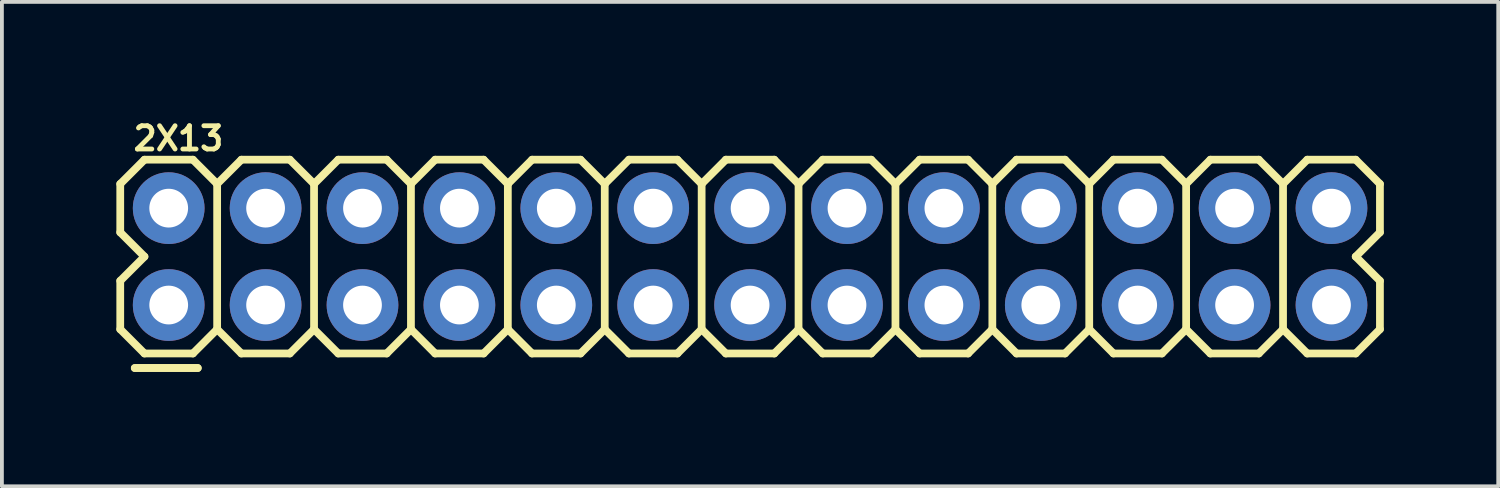
<source format=kicad_pcb>
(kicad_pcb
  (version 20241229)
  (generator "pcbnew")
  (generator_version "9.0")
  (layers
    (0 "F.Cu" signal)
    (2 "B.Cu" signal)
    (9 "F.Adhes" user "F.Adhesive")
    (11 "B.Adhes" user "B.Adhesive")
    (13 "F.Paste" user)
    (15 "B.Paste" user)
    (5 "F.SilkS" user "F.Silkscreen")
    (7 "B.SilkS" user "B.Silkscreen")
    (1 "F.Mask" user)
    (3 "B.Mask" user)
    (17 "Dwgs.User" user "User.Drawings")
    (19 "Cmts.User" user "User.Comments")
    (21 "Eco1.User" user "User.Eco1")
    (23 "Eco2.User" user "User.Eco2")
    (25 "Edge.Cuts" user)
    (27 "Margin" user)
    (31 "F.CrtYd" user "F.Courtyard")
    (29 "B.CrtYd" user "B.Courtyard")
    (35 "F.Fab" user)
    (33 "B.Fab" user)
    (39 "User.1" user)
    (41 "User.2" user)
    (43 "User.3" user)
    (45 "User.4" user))
  (footprint "2X13"
    (layer "F.Cu")
    (at 1.372 4.946)
    (property "Reference" "2X13" (at 0.254 -4.366 0) (layer "F.SilkS") (effects (font (size 0.61 0.61) (thickness 0.127))))
    (attr exclude_from_pos_files exclude_from_bom)
    (fp_line (start -1.27 -3.175) (end -1.27 -1.905) (stroke (width 0.203) (type solid)) (layer "F.SilkS"))
    (fp_line (start -1.27 -3.175) (end -0.635 -3.81) (stroke (width 0.203) (type solid)) (layer "F.SilkS"))
    (fp_line (start -1.27 -1.905) (end -0.635 -1.27) (stroke (width 0.203) (type solid)) (layer "F.SilkS"))
    (fp_line (start -1.27 -0.635) (end -1.27 0.635) (stroke (width 0.203) (type solid)) (layer "F.SilkS"))
    (fp_line (start -1.27 0.635) (end -0.635 1.27) (stroke (width 0.203) (type solid)) (layer "F.SilkS"))
    (fp_line (start -0.889 1.651) (end 0.762 1.651) (stroke (width 0.203) (type solid)) (layer "F.SilkS"))
    (fp_line (start -0.635 -3.81) (end 0.635 -3.81) (stroke (width 0.203) (type solid)) (layer "F.SilkS"))
    (fp_line (start -0.635 -1.27) (end -1.27 -0.635) (stroke (width 0.203) (type solid)) (layer "F.SilkS"))
    (fp_line (start 0.635 -3.81) (end 1.27 -3.175) (stroke (width 0.203) (type solid)) (layer "F.SilkS"))
    (fp_line (start 0.635 1.27) (end -0.635 1.27) (stroke (width 0.203) (type solid)) (layer "F.SilkS"))
    (fp_line (start 0.762 1.651) (end -0.889 1.651) (stroke (width 0.203) (type solid)) (layer "F.SilkS"))
    (fp_line (start 1.27 -3.175) (end 1.27 0.635) (stroke (width 0.203) (type solid)) (layer "F.SilkS"))
    (fp_line (start 1.27 -3.175) (end 1.905 -3.81) (stroke (width 0.203) (type solid)) (layer "F.SilkS"))
    (fp_line (start 1.27 0.635) (end 0.635 1.27) (stroke (width 0.203) (type solid)) (layer "F.SilkS"))
    (fp_line (start 1.905 -3.81) (end 3.175 -3.81) (stroke (width 0.203) (type solid)) (layer "F.SilkS"))
    (fp_line (start 1.905 1.27) (end 1.27 0.635) (stroke (width 0.203) (type solid)) (layer "F.SilkS"))
    (fp_line (start 3.175 -3.81) (end 3.81 -3.175) (stroke (width 0.203) (type solid)) (layer "F.SilkS"))
    (fp_line (start 3.175 1.27) (end 1.905 1.27) (stroke (width 0.203) (type solid)) (layer "F.SilkS"))
    (fp_line (start 3.81 -3.175) (end 3.81 0.635) (stroke (width 0.203) (type solid)) (layer "F.SilkS"))
    (fp_line (start 3.81 -3.175) (end 4.445 -3.81) (stroke (width 0.203) (type solid)) (layer "F.SilkS"))
    (fp_line (start 3.81 0.635) (end 3.175 1.27) (stroke (width 0.203) (type solid)) (layer "F.SilkS"))
    (fp_line (start 4.445 -3.81) (end 5.715 -3.81) (stroke (width 0.203) (type solid)) (layer "F.SilkS"))
    (fp_line (start 4.445 1.27) (end 3.81 0.635) (stroke (width 0.203) (type solid)) (layer "F.SilkS"))
    (fp_line (start 5.715 -3.81) (end 6.35 -3.175) (stroke (width 0.203) (type solid)) (layer "F.SilkS"))
    (fp_line (start 5.715 1.27) (end 4.445 1.27) (stroke (width 0.203) (type solid)) (layer "F.SilkS"))
    (fp_line (start 6.35 -3.175) (end 6.35 0.635) (stroke (width 0.203) (type solid)) (layer "F.SilkS"))
    (fp_line (start 6.35 0.635) (end 5.715 1.27) (stroke (width 0.203) (type solid)) (layer "F.SilkS"))
    (fp_line (start 6.35 0.635) (end 6.985 1.27) (stroke (width 0.203) (type solid)) (layer "F.SilkS"))
    (fp_line (start 6.985 -3.81) (end 6.35 -3.175) (stroke (width 0.203) (type solid)) (layer "F.SilkS"))
    (fp_line (start 6.985 -3.81) (end 8.255 -3.81) (stroke (width 0.203) (type solid)) (layer "F.SilkS"))
    (fp_line (start 8.255 -3.81) (end 8.89 -3.175) (stroke (width 0.203) (type solid)) (layer "F.SilkS"))
    (fp_line (start 8.255 1.27) (end 6.985 1.27) (stroke (width 0.203) (type solid)) (layer "F.SilkS"))
    (fp_line (start 8.89 -3.175) (end 8.89 0.635) (stroke (width 0.203) (type solid)) (layer "F.SilkS"))
    (fp_line (start 8.89 -3.175) (end 9.525 -3.81) (stroke (width 0.203) (type solid)) (layer "F.SilkS"))
    (fp_line (start 8.89 0.635) (end 8.255 1.27) (stroke (width 0.203) (type solid)) (layer "F.SilkS"))
    (fp_line (start 9.525 -3.81) (end 10.795 -3.81) (stroke (width 0.203) (type solid)) (layer "F.SilkS"))
    (fp_line (start 9.525 1.27) (end 8.89 0.635) (stroke (width 0.203) (type solid)) (layer "F.SilkS"))
    (fp_line (start 10.795 -3.81) (end 11.43 -3.175) (stroke (width 0.203) (type solid)) (layer "F.SilkS"))
    (fp_line (start 10.795 1.27) (end 9.525 1.27) (stroke (width 0.203) (type solid)) (layer "F.SilkS"))
    (fp_line (start 11.43 -3.175) (end 11.43 0.635) (stroke (width 0.203) (type solid)) (layer "F.SilkS"))
    (fp_line (start 11.43 -3.175) (end 12.065 -3.81) (stroke (width 0.203) (type solid)) (layer "F.SilkS"))
    (fp_line (start 11.43 0.635) (end 10.795 1.27) (stroke (width 0.203) (type solid)) (layer "F.SilkS"))
    (fp_line (start 12.065 -3.81) (end 13.335 -3.81) (stroke (width 0.203) (type solid)) (layer "F.SilkS"))
    (fp_line (start 12.065 1.27) (end 11.43 0.635) (stroke (width 0.203) (type solid)) (layer "F.SilkS"))
    (fp_line (start 13.335 -3.81) (end 13.97 -3.175) (stroke (width 0.203) (type solid)) (layer "F.SilkS"))
    (fp_line (start 13.335 1.27) (end 12.065 1.27) (stroke (width 0.203) (type solid)) (layer "F.SilkS"))
    (fp_line (start 13.97 -3.175) (end 13.97 0.635) (stroke (width 0.203) (type solid)) (layer "F.SilkS"))
    (fp_line (start 13.97 0.635) (end 13.335 1.27) (stroke (width 0.203) (type solid)) (layer "F.SilkS"))
    (fp_line (start 13.97 0.635) (end 14.605 1.27) (stroke (width 0.203) (type solid)) (layer "F.SilkS"))
    (fp_line (start 14.605 -3.81) (end 13.97 -3.175) (stroke (width 0.203) (type solid)) (layer "F.SilkS"))
    (fp_line (start 14.605 -3.81) (end 15.875 -3.81) (stroke (width 0.203) (type solid)) (layer "F.SilkS"))
    (fp_line (start 15.875 -3.81) (end 16.51 -3.175) (stroke (width 0.203) (type solid)) (layer "F.SilkS"))
    (fp_line (start 15.875 1.27) (end 14.605 1.27) (stroke (width 0.203) (type solid)) (layer "F.SilkS"))
    (fp_line (start 16.51 -3.175) (end 16.51 0.635) (stroke (width 0.203) (type solid)) (layer "F.SilkS"))
    (fp_line (start 16.51 0.635) (end 15.875 1.27) (stroke (width 0.203) (type solid)) (layer "F.SilkS"))
    (fp_line (start 16.51 0.635) (end 17.145 1.27) (stroke (width 0.203) (type solid)) (layer "F.SilkS"))
    (fp_line (start 17.145 -3.81) (end 16.51 -3.175) (stroke (width 0.203) (type solid)) (layer "F.SilkS"))
    (fp_line (start 17.145 -3.81) (end 18.415 -3.81) (stroke (width 0.203) (type solid)) (layer "F.SilkS"))
    (fp_line (start 18.415 -3.81) (end 19.05 -3.175) (stroke (width 0.203) (type solid)) (layer "F.SilkS"))
    (fp_line (start 18.415 1.27) (end 17.145 1.27) (stroke (width 0.203) (type solid)) (layer "F.SilkS"))
    (fp_line (start 19.05 -3.175) (end 19.05 0.635) (stroke (width 0.203) (type solid)) (layer "F.SilkS"))
    (fp_line (start 19.05 -3.175) (end 19.685 -3.81) (stroke (width 0.203) (type solid)) (layer "F.SilkS"))
    (fp_line (start 19.05 0.635) (end 18.415 1.27) (stroke (width 0.203) (type solid)) (layer "F.SilkS"))
    (fp_line (start 19.685 -3.81) (end 20.955 -3.81) (stroke (width 0.203) (type solid)) (layer "F.SilkS"))
    (fp_line (start 19.685 1.27) (end 19.05 0.635) (stroke (width 0.203) (type solid)) (layer "F.SilkS"))
    (fp_line (start 20.955 -3.81) (end 21.59 -3.175) (stroke (width 0.203) (type solid)) (layer "F.SilkS"))
    (fp_line (start 20.955 1.27) (end 19.685 1.27) (stroke (width 0.203) (type solid)) (layer "F.SilkS"))
    (fp_line (start 21.59 -3.175) (end 21.59 0.635) (stroke (width 0.203) (type solid)) (layer "F.SilkS"))
    (fp_line (start 21.59 -3.175) (end 22.225 -3.81) (stroke (width 0.203) (type solid)) (layer "F.SilkS"))
    (fp_line (start 21.59 0.635) (end 20.955 1.27) (stroke (width 0.203) (type solid)) (layer "F.SilkS"))
    (fp_line (start 22.225 -3.81) (end 23.495 -3.81) (stroke (width 0.203) (type solid)) (layer "F.SilkS"))
    (fp_line (start 22.225 1.27) (end 21.59 0.635) (stroke (width 0.203) (type solid)) (layer "F.SilkS"))
    (fp_line (start 23.495 -3.81) (end 24.13 -3.175) (stroke (width 0.203) (type solid)) (layer "F.SilkS"))
    (fp_line (start 23.495 1.27) (end 22.225 1.27) (stroke (width 0.203) (type solid)) (layer "F.SilkS"))
    (fp_line (start 24.13 -3.175) (end 24.13 0.635) (stroke (width 0.203) (type solid)) (layer "F.SilkS"))
    (fp_line (start 24.13 0.635) (end 23.495 1.27) (stroke (width 0.203) (type solid)) (layer "F.SilkS"))
    (fp_line (start 24.13 0.635) (end 24.765 1.27) (stroke (width 0.203) (type solid)) (layer "F.SilkS"))
    (fp_line (start 24.765 -3.81) (end 24.13 -3.175) (stroke (width 0.203) (type solid)) (layer "F.SilkS"))
    (fp_line (start 24.765 -3.81) (end 26.035 -3.81) (stroke (width 0.203) (type solid)) (layer "F.SilkS"))
    (fp_line (start 26.035 -3.81) (end 26.67 -3.175) (stroke (width 0.203) (type solid)) (layer "F.SilkS"))
    (fp_line (start 26.035 1.27) (end 24.765 1.27) (stroke (width 0.203) (type solid)) (layer "F.SilkS"))
    (fp_line (start 26.67 -3.175) (end 26.67 0.635) (stroke (width 0.203) (type solid)) (layer "F.SilkS"))
    (fp_line (start 26.67 -3.175) (end 27.305 -3.81) (stroke (width 0.203) (type solid)) (layer "F.SilkS"))
    (fp_line (start 26.67 0.635) (end 26.035 1.27) (stroke (width 0.203) (type solid)) (layer "F.SilkS"))
    (fp_line (start 27.305 -3.81) (end 28.575 -3.81) (stroke (width 0.203) (type solid)) (layer "F.SilkS"))
    (fp_line (start 27.305 1.27) (end 26.67 0.635) (stroke (width 0.203) (type solid)) (layer "F.SilkS"))
    (fp_line (start 28.575 -3.81) (end 29.21 -3.175) (stroke (width 0.203) (type solid)) (layer "F.SilkS"))
    (fp_line (start 28.575 1.27) (end 27.305 1.27) (stroke (width 0.203) (type solid)) (layer "F.SilkS"))
    (fp_line (start 29.21 -3.175) (end 29.21 0.635) (stroke (width 0.203) (type solid)) (layer "F.SilkS"))
    (fp_line (start 29.21 -3.175) (end 29.845 -3.81) (stroke (width 0.203) (type solid)) (layer "F.SilkS"))
    (fp_line (start 29.21 0.635) (end 28.575 1.27) (stroke (width 0.203) (type solid)) (layer "F.SilkS"))
    (fp_line (start 29.845 -3.81) (end 31.115 -3.81) (stroke (width 0.203) (type solid)) (layer "F.SilkS"))
    (fp_line (start 29.845 1.27) (end 29.21 0.635) (stroke (width 0.203) (type solid)) (layer "F.SilkS"))
    (fp_line (start 31.115 -3.81) (end 31.75 -3.175) (stroke (width 0.203) (type solid)) (layer "F.SilkS"))
    (fp_line (start 31.115 -1.27) (end 31.75 -0.635) (stroke (width 0.203) (type solid)) (layer "F.SilkS"))
    (fp_line (start 31.115 1.27) (end 29.845 1.27) (stroke (width 0.203) (type solid)) (layer "F.SilkS"))
    (fp_line (start 31.75 -1.905) (end 31.115 -1.27) (stroke (width 0.203) (type solid)) (layer "F.SilkS"))
    (fp_line (start 31.75 -1.905) (end 31.75 -3.175) (stroke (width 0.203) (type solid)) (layer "F.SilkS"))
    (fp_line (start 31.75 0.635) (end 31.115 1.27) (stroke (width 0.203) (type solid)) (layer "F.SilkS"))
    (fp_line (start 31.75 0.635) (end 31.75 -0.635) (stroke (width 0.203) (type solid)) (layer "F.SilkS"))
    (fp_line (start -0.254 -2.794) (end 0.254 -2.794) (stroke (width 0.066) (type solid)) (layer "Dwgs.User"))
    (fp_line (start -0.254 -2.286) (end -0.254 -2.794) (stroke (width 0.066) (type solid)) (layer "Dwgs.User"))
    (fp_line (start -0.254 -2.286) (end 0.254 -2.286) (stroke (width 0.066) (type solid)) (layer "Dwgs.User"))
    (fp_line (start -0.254 -0.254) (end 0.254 -0.254) (stroke (width 0.066) (type solid)) (layer "Dwgs.User"))
    (fp_line (start -0.254 0.254) (end -0.254 -0.254) (stroke (width 0.066) (type solid)) (layer "Dwgs.User"))
    (fp_line (start -0.254 0.254) (end 0.254 0.254) (stroke (width 0.066) (type solid)) (layer "Dwgs.User"))
    (fp_line (start 0.254 -2.286) (end 0.254 -2.794) (stroke (width 0.066) (type solid)) (layer "Dwgs.User"))
    (fp_line (start 0.254 0.254) (end 0.254 -0.254) (stroke (width 0.066) (type solid)) (layer "Dwgs.User"))
    (fp_line (start 2.286 -2.794) (end 2.794 -2.794) (stroke (width 0.066) (type solid)) (layer "Dwgs.User"))
    (fp_line (start 2.286 -2.286) (end 2.286 -2.794) (stroke (width 0.066) (type solid)) (layer "Dwgs.User"))
    (fp_line (start 2.286 -2.286) (end 2.794 -2.286) (stroke (width 0.066) (type solid)) (layer "Dwgs.User"))
    (fp_line (start 2.286 -0.254) (end 2.794 -0.254) (stroke (width 0.066) (type solid)) (layer "Dwgs.User"))
    (fp_line (start 2.286 0.254) (end 2.286 -0.254) (stroke (width 0.066) (type solid)) (layer "Dwgs.User"))
    (fp_line (start 2.286 0.254) (end 2.794 0.254) (stroke (width 0.066) (type solid)) (layer "Dwgs.User"))
    (fp_line (start 2.794 -2.286) (end 2.794 -2.794) (stroke (width 0.066) (type solid)) (layer "Dwgs.User"))
    (fp_line (start 2.794 0.254) (end 2.794 -0.254) (stroke (width 0.066) (type solid)) (layer "Dwgs.User"))
    (fp_line (start 4.826 -2.794) (end 5.334 -2.794) (stroke (width 0.066) (type solid)) (layer "Dwgs.User"))
    (fp_line (start 4.826 -2.286) (end 4.826 -2.794) (stroke (width 0.066) (type solid)) (layer "Dwgs.User"))
    (fp_line (start 4.826 -2.286) (end 5.334 -2.286) (stroke (width 0.066) (type solid)) (layer "Dwgs.User"))
    (fp_line (start 4.826 -0.254) (end 5.334 -0.254) (stroke (width 0.066) (type solid)) (layer "Dwgs.User"))
    (fp_line (start 4.826 0.254) (end 4.826 -0.254) (stroke (width 0.066) (type solid)) (layer "Dwgs.User"))
    (fp_line (start 4.826 0.254) (end 5.334 0.254) (stroke (width 0.066) (type solid)) (layer "Dwgs.User"))
    (fp_line (start 5.334 -2.286) (end 5.334 -2.794) (stroke (width 0.066) (type solid)) (layer "Dwgs.User"))
    (fp_line (start 5.334 0.254) (end 5.334 -0.254) (stroke (width 0.066) (type solid)) (layer "Dwgs.User"))
    (fp_line (start 7.366 -2.794) (end 7.874 -2.794) (stroke (width 0.066) (type solid)) (layer "Dwgs.User"))
    (fp_line (start 7.366 -2.286) (end 7.366 -2.794) (stroke (width 0.066) (type solid)) (layer "Dwgs.User"))
    (fp_line (start 7.366 -2.286) (end 7.874 -2.286) (stroke (width 0.066) (type solid)) (layer "Dwgs.User"))
    (fp_line (start 7.366 -0.254) (end 7.874 -0.254) (stroke (width 0.066) (type solid)) (layer "Dwgs.User"))
    (fp_line (start 7.366 0.254) (end 7.366 -0.254) (stroke (width 0.066) (type solid)) (layer "Dwgs.User"))
    (fp_line (start 7.366 0.254) (end 7.874 0.254) (stroke (width 0.066) (type solid)) (layer "Dwgs.User"))
    (fp_line (start 7.874 -2.286) (end 7.874 -2.794) (stroke (width 0.066) (type solid)) (layer "Dwgs.User"))
    (fp_line (start 7.874 0.254) (end 7.874 -0.254) (stroke (width 0.066) (type solid)) (layer "Dwgs.User"))
    (fp_line (start 9.906 -2.794) (end 10.414 -2.794) (stroke (width 0.066) (type solid)) (layer "Dwgs.User"))
    (fp_line (start 9.906 -2.286) (end 9.906 -2.794) (stroke (width 0.066) (type solid)) (layer "Dwgs.User"))
    (fp_line (start 9.906 -2.286) (end 10.414 -2.286) (stroke (width 0.066) (type solid)) (layer "Dwgs.User"))
    (fp_line (start 9.906 -0.254) (end 10.414 -0.254) (stroke (width 0.066) (type solid)) (layer "Dwgs.User"))
    (fp_line (start 9.906 0.254) (end 9.906 -0.254) (stroke (width 0.066) (type solid)) (layer "Dwgs.User"))
    (fp_line (start 9.906 0.254) (end 10.414 0.254) (stroke (width 0.066) (type solid)) (layer "Dwgs.User"))
    (fp_line (start 10.414 -2.286) (end 10.414 -2.794) (stroke (width 0.066) (type solid)) (layer "Dwgs.User"))
    (fp_line (start 10.414 0.254) (end 10.414 -0.254) (stroke (width 0.066) (type solid)) (layer "Dwgs.User"))
    (fp_line (start 12.446 -2.794) (end 12.954 -2.794) (stroke (width 0.066) (type solid)) (layer "Dwgs.User"))
    (fp_line (start 12.446 -2.286) (end 12.446 -2.794) (stroke (width 0.066) (type solid)) (layer "Dwgs.User"))
    (fp_line (start 12.446 -2.286) (end 12.954 -2.286) (stroke (width 0.066) (type solid)) (layer "Dwgs.User"))
    (fp_line (start 12.446 -0.254) (end 12.954 -0.254) (stroke (width 0.066) (type solid)) (layer "Dwgs.User"))
    (fp_line (start 12.446 0.254) (end 12.446 -0.254) (stroke (width 0.066) (type solid)) (layer "Dwgs.User"))
    (fp_line (start 12.446 0.254) (end 12.954 0.254) (stroke (width 0.066) (type solid)) (layer "Dwgs.User"))
    (fp_line (start 12.954 -2.286) (end 12.954 -2.794) (stroke (width 0.066) (type solid)) (layer "Dwgs.User"))
    (fp_line (start 12.954 0.254) (end 12.954 -0.254) (stroke (width 0.066) (type solid)) (layer "Dwgs.User"))
    (fp_line (start 14.986 -2.794) (end 15.494 -2.794) (stroke (width 0.066) (type solid)) (layer "Dwgs.User"))
    (fp_line (start 14.986 -2.286) (end 14.986 -2.794) (stroke (width 0.066) (type solid)) (layer "Dwgs.User"))
    (fp_line (start 14.986 -2.286) (end 15.494 -2.286) (stroke (width 0.066) (type solid)) (layer "Dwgs.User"))
    (fp_line (start 14.986 -0.254) (end 15.494 -0.254) (stroke (width 0.066) (type solid)) (layer "Dwgs.User"))
    (fp_line (start 14.986 0.254) (end 14.986 -0.254) (stroke (width 0.066) (type solid)) (layer "Dwgs.User"))
    (fp_line (start 14.986 0.254) (end 15.494 0.254) (stroke (width 0.066) (type solid)) (layer "Dwgs.User"))
    (fp_line (start 15.494 -2.286) (end 15.494 -2.794) (stroke (width 0.066) (type solid)) (layer "Dwgs.User"))
    (fp_line (start 15.494 0.254) (end 15.494 -0.254) (stroke (width 0.066) (type solid)) (layer "Dwgs.User"))
    (fp_line (start 17.523 -2.794) (end 18.034 -2.794) (stroke (width 0.066) (type solid)) (layer "Dwgs.User"))
    (fp_line (start 17.523 -2.286) (end 17.523 -2.794) (stroke (width 0.066) (type solid)) (layer "Dwgs.User"))
    (fp_line (start 17.523 -2.286) (end 18.034 -2.286) (stroke (width 0.066) (type solid)) (layer "Dwgs.User"))
    (fp_line (start 17.523 -0.254) (end 18.034 -0.254) (stroke (width 0.066) (type solid)) (layer "Dwgs.User"))
    (fp_line (start 17.523 0.254) (end 17.523 -0.254) (stroke (width 0.066) (type solid)) (layer "Dwgs.User"))
    (fp_line (start 17.523 0.254) (end 18.034 0.254) (stroke (width 0.066) (type solid)) (layer "Dwgs.User"))
    (fp_line (start 18.034 -2.286) (end 18.034 -2.794) (stroke (width 0.066) (type solid)) (layer "Dwgs.User"))
    (fp_line (start 18.034 0.254) (end 18.034 -0.254) (stroke (width 0.066) (type solid)) (layer "Dwgs.User"))
    (fp_line (start 20.066 -2.794) (end 20.574 -2.794) (stroke (width 0.066) (type solid)) (layer "Dwgs.User"))
    (fp_line (start 20.066 -2.286) (end 20.066 -2.794) (stroke (width 0.066) (type solid)) (layer "Dwgs.User"))
    (fp_line (start 20.066 -2.286) (end 20.574 -2.286) (stroke (width 0.066) (type solid)) (layer "Dwgs.User"))
    (fp_line (start 20.066 -0.254) (end 20.574 -0.254) (stroke (width 0.066) (type solid)) (layer "Dwgs.User"))
    (fp_line (start 20.066 0.254) (end 20.066 -0.254) (stroke (width 0.066) (type solid)) (layer "Dwgs.User"))
    (fp_line (start 20.066 0.254) (end 20.574 0.254) (stroke (width 0.066) (type solid)) (layer "Dwgs.User"))
    (fp_line (start 20.574 -2.286) (end 20.574 -2.794) (stroke (width 0.066) (type solid)) (layer "Dwgs.User"))
    (fp_line (start 20.574 0.254) (end 20.574 -0.254) (stroke (width 0.066) (type solid)) (layer "Dwgs.User"))
    (fp_line (start 22.606 -2.794) (end 23.114 -2.794) (stroke (width 0.066) (type solid)) (layer "Dwgs.User"))
    (fp_line (start 22.606 -2.286) (end 22.606 -2.794) (stroke (width 0.066) (type solid)) (layer "Dwgs.User"))
    (fp_line (start 22.606 -2.286) (end 23.114 -2.286) (stroke (width 0.066) (type solid)) (layer "Dwgs.User"))
    (fp_line (start 22.606 -0.254) (end 23.114 -0.254) (stroke (width 0.066) (type solid)) (layer "Dwgs.User"))
    (fp_line (start 22.606 0.254) (end 22.606 -0.254) (stroke (width 0.066) (type solid)) (layer "Dwgs.User"))
    (fp_line (start 22.606 0.254) (end 23.114 0.254) (stroke (width 0.066) (type solid)) (layer "Dwgs.User"))
    (fp_line (start 23.114 -2.286) (end 23.114 -2.794) (stroke (width 0.066) (type solid)) (layer "Dwgs.User"))
    (fp_line (start 23.114 0.254) (end 23.114 -0.254) (stroke (width 0.066) (type solid)) (layer "Dwgs.User"))
    (fp_line (start 25.146 -2.794) (end 25.654 -2.794) (stroke (width 0.066) (type solid)) (layer "Dwgs.User"))
    (fp_line (start 25.146 -2.286) (end 25.146 -2.794) (stroke (width 0.066) (type solid)) (layer "Dwgs.User"))
    (fp_line (start 25.146 -2.286) (end 25.654 -2.286) (stroke (width 0.066) (type solid)) (layer "Dwgs.User"))
    (fp_line (start 25.146 -0.254) (end 25.654 -0.254) (stroke (width 0.066) (type solid)) (layer "Dwgs.User"))
    (fp_line (start 25.146 0.254) (end 25.146 -0.254) (stroke (width 0.066) (type solid)) (layer "Dwgs.User"))
    (fp_line (start 25.146 0.254) (end 25.654 0.254) (stroke (width 0.066) (type solid)) (layer "Dwgs.User"))
    (fp_line (start 25.654 -2.286) (end 25.654 -2.794) (stroke (width 0.066) (type solid)) (layer "Dwgs.User"))
    (fp_line (start 25.654 0.254) (end 25.654 -0.254) (stroke (width 0.066) (type solid)) (layer "Dwgs.User"))
    (fp_line (start 27.686 -2.794) (end 28.194 -2.794) (stroke (width 0.066) (type solid)) (layer "Dwgs.User"))
    (fp_line (start 27.686 -2.286) (end 27.686 -2.794) (stroke (width 0.066) (type solid)) (layer "Dwgs.User"))
    (fp_line (start 27.686 -2.286) (end 28.194 -2.286) (stroke (width 0.066) (type solid)) (layer "Dwgs.User"))
    (fp_line (start 27.686 -0.254) (end 28.194 -0.254) (stroke (width 0.066) (type solid)) (layer "Dwgs.User"))
    (fp_line (start 27.686 0.254) (end 27.686 -0.254) (stroke (width 0.066) (type solid)) (layer "Dwgs.User"))
    (fp_line (start 27.686 0.254) (end 28.194 0.254) (stroke (width 0.066) (type solid)) (layer "Dwgs.User"))
    (fp_line (start 28.194 -2.286) (end 28.194 -2.794) (stroke (width 0.066) (type solid)) (layer "Dwgs.User"))
    (fp_line (start 28.194 0.254) (end 28.194 -0.254) (stroke (width 0.066) (type solid)) (layer "Dwgs.User"))
    (fp_line (start 30.226 -2.794) (end 30.734 -2.794) (stroke (width 0.066) (type solid)) (layer "Dwgs.User"))
    (fp_line (start 30.226 -2.286) (end 30.226 -2.794) (stroke (width 0.066) (type solid)) (layer "Dwgs.User"))
    (fp_line (start 30.226 -2.286) (end 30.734 -2.286) (stroke (width 0.066) (type solid)) (layer "Dwgs.User"))
    (fp_line (start 30.226 -0.254) (end 30.734 -0.254) (stroke (width 0.066) (type solid)) (layer "Dwgs.User"))
    (fp_line (start 30.226 0.254) (end 30.226 -0.254) (stroke (width 0.066) (type solid)) (layer "Dwgs.User"))
    (fp_line (start 30.226 0.254) (end 30.734 0.254) (stroke (width 0.066) (type solid)) (layer "Dwgs.User"))
    (fp_line (start 30.734 -2.286) (end 30.734 -2.794) (stroke (width 0.066) (type solid)) (layer "Dwgs.User"))
    (fp_line (start 30.734 0.254) (end 30.734 -0.254) (stroke (width 0.066) (type solid)) (layer "Dwgs.User"))
    (pad "1" thru_hole circle (at 0 0) (size 1.88 1.88) (drill 1.016) (layers "*.Cu" "*.Paste" "*.Mask"))
    (pad "2" thru_hole circle (at 0 -2.54) (size 1.88 1.88) (drill 1.016) (layers "*.Cu" "*.Paste" "*.Mask"))
    (pad "3" thru_hole circle (at 2.54 0) (size 1.88 1.88) (drill 1.016) (layers "*.Cu" "*.Paste" "*.Mask"))
    (pad "4" thru_hole circle (at 2.54 -2.54) (size 1.88 1.88) (drill 1.016) (layers "*.Cu" "*.Paste" "*.Mask"))
    (pad "5" thru_hole circle (at 5.08 0) (size 1.88 1.88) (drill 1.016) (layers "*.Cu" "*.Paste" "*.Mask"))
    (pad "6" thru_hole circle (at 5.08 -2.54) (size 1.88 1.88) (drill 1.016) (layers "*.Cu" "*.Paste" "*.Mask"))
    (pad "7" thru_hole circle (at 7.62 0) (size 1.88 1.88) (drill 1.016) (layers "*.Cu" "*.Paste" "*.Mask"))
    (pad "8" thru_hole circle (at 7.62 -2.54) (size 1.88 1.88) (drill 1.016) (layers "*.Cu" "*.Paste" "*.Mask"))
    (pad "9" thru_hole circle (at 10.16 0) (size 1.88 1.88) (drill 1.016) (layers "*.Cu" "*.Paste" "*.Mask"))
    (pad "10" thru_hole circle (at 10.16 -2.54) (size 1.88 1.88) (drill 1.016) (layers "*.Cu" "*.Paste" "*.Mask"))
    (pad "11" thru_hole circle (at 12.7 0) (size 1.88 1.88) (drill 1.016) (layers "*.Cu" "*.Paste" "*.Mask"))
    (pad "12" thru_hole circle (at 12.7 -2.54) (size 1.88 1.88) (drill 1.016) (layers "*.Cu" "*.Paste" "*.Mask"))
    (pad "13" thru_hole circle (at 15.24 0) (size 1.88 1.88) (drill 1.016) (layers "*.Cu" "*.Paste" "*.Mask"))
    (pad "14" thru_hole circle (at 15.24 -2.54) (size 1.88 1.88) (drill 1.016) (layers "*.Cu" "*.Paste" "*.Mask"))
    (pad "15" thru_hole circle (at 17.78 0) (size 1.88 1.88) (drill 1.016) (layers "*.Cu" "*.Paste" "*.Mask"))
    (pad "16" thru_hole circle (at 17.78 -2.54) (size 1.88 1.88) (drill 1.016) (layers "*.Cu" "*.Paste" "*.Mask"))
    (pad "17" thru_hole circle (at 20.32 0) (size 1.88 1.88) (drill 1.016) (layers "*.Cu" "*.Paste" "*.Mask"))
    (pad "18" thru_hole circle (at 20.32 -2.54) (size 1.88 1.88) (drill 1.016) (layers "*.Cu" "*.Paste" "*.Mask"))
    (pad "19" thru_hole circle (at 22.86 0) (size 1.88 1.88) (drill 1.016) (layers "*.Cu" "*.Paste" "*.Mask"))
    (pad "20" thru_hole circle (at 22.86 -2.54) (size 1.88 1.88) (drill 1.016) (layers "*.Cu" "*.Paste" "*.Mask"))
    (pad "21" thru_hole circle (at 25.4 0) (size 1.88 1.88) (drill 1.016) (layers "*.Cu" "*.Paste" "*.Mask"))
    (pad "22" thru_hole circle (at 25.4 -2.54) (size 1.88 1.88) (drill 1.016) (layers "*.Cu" "*.Paste" "*.Mask"))
    (pad "23" thru_hole circle (at 27.94 0) (size 1.88 1.88) (drill 1.016) (layers "*.Cu" "*.Paste" "*.Mask"))
    (pad "24" thru_hole circle (at 27.94 -2.54) (size 1.88 1.88) (drill 1.016) (layers "*.Cu" "*.Paste" "*.Mask"))
    (pad "25" thru_hole circle (at 30.48 0) (size 1.88 1.88) (drill 1.016) (layers "*.Cu" "*.Paste" "*.Mask"))
    (pad "26" thru_hole circle (at 30.48 -2.54) (size 1.88 1.88) (drill 1.016) (layers "*.Cu" "*.Paste" "*.Mask")))
  (gr_rect
    (start -3 -3)
    (end 36.223 9.698)
    (stroke (width 0.1) (type default))
    (fill no)
    (layer "Edge.Cuts")))
</source>
